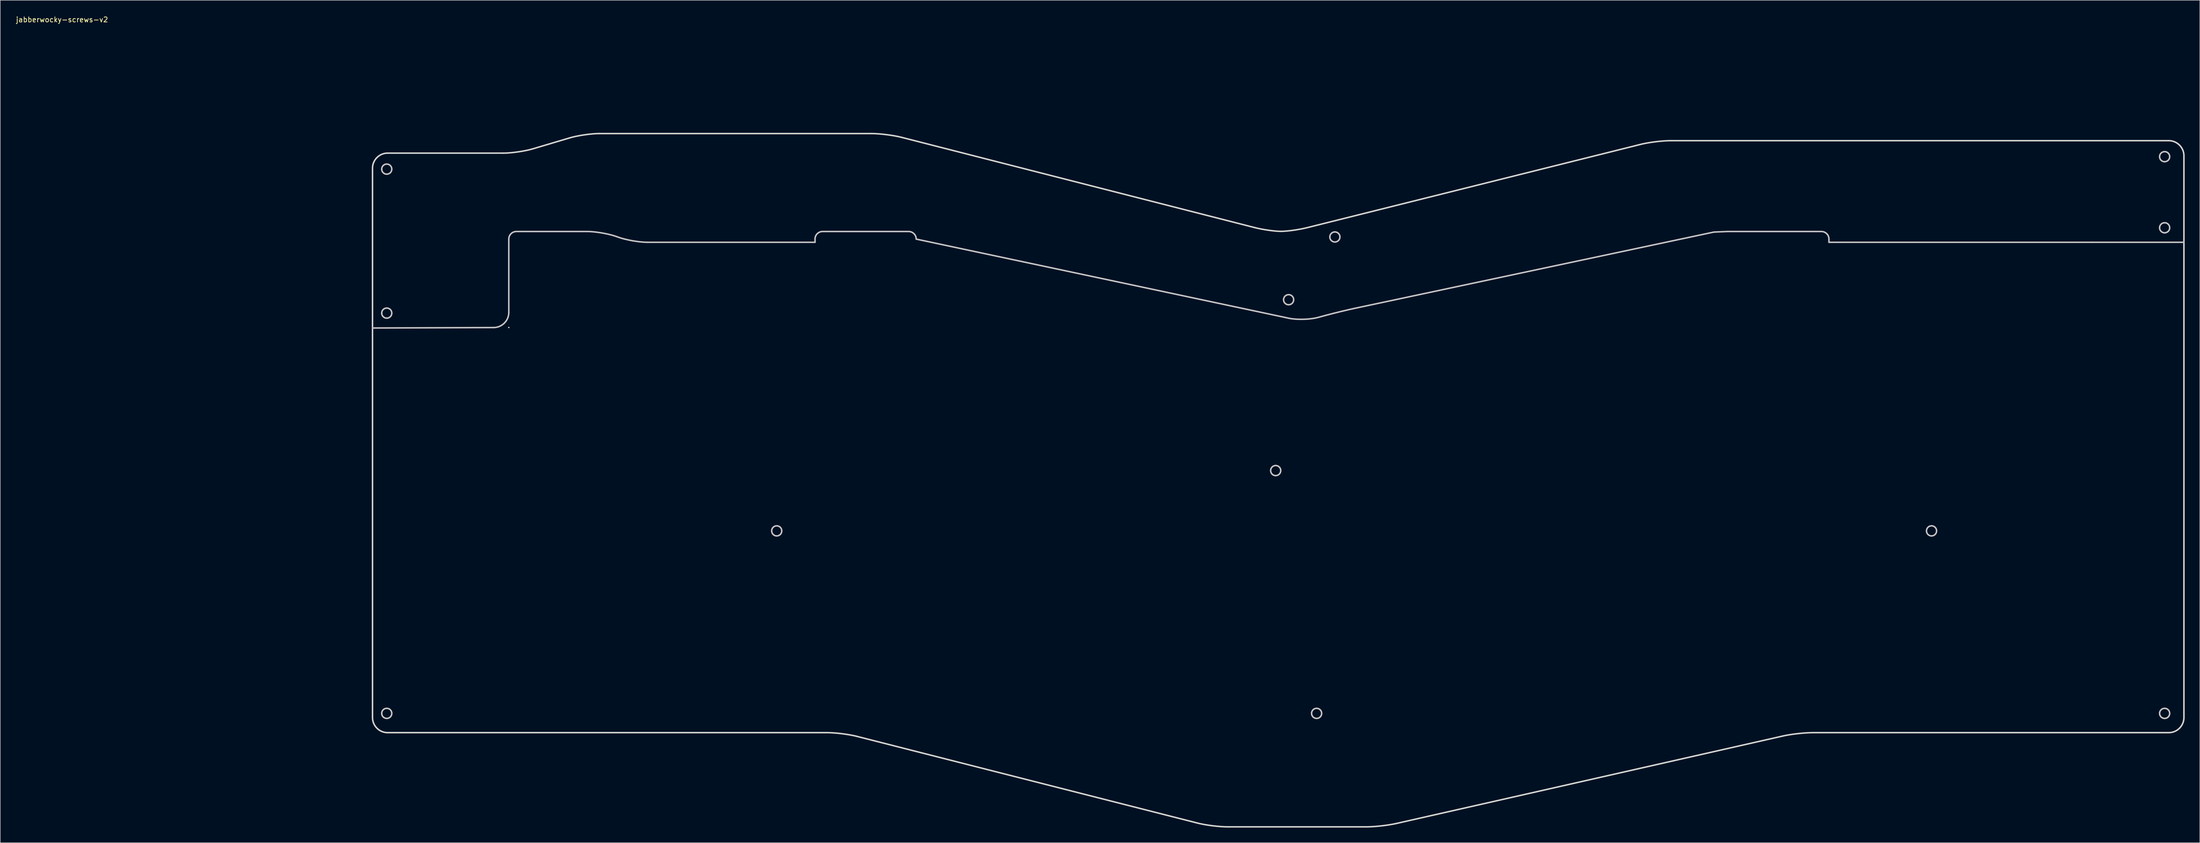
<source format=kicad_pcb>
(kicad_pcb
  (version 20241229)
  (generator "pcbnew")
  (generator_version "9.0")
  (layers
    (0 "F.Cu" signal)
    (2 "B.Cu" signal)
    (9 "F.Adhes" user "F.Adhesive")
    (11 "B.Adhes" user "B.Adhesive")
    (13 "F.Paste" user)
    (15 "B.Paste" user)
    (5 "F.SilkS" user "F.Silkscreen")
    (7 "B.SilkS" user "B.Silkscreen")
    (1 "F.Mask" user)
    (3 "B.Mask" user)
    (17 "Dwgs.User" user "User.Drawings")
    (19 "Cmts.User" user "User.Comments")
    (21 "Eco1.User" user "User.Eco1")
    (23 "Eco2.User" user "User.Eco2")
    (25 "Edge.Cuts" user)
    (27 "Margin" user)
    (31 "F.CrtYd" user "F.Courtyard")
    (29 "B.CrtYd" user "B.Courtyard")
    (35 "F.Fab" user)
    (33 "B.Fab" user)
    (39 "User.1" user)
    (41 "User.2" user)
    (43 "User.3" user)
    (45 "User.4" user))
  (footprint "jabberwocky-screws-v2"
    (layer "F.Cu")
    (at 9.244 0.348)
    (property "Reference" "jabberwocky-screws-v2" (at 0 0.5 0) (layer "F.SilkS") (effects (font (size 1 1) (thickness 0.15))))
    (attr through_hole)
    (fp_line (start 88.581 61.593) (end 88.581 61.593) (stroke (width 0.3) (type solid)) (layer "Dwgs.User"))
    (fp_line (start 149.291 44.043) (end 149.291 44.683) (stroke (width 0.3) (type solid)) (layer "Dwgs.User"))
    (fp_line (start 167.851 42.543) (end 150.791 42.543) (stroke (width 0.3) (type solid)) (layer "Dwgs.User"))
    (fp_line (start 169.351 44.051) (end 169.351 44.043) (stroke (width 0.3) (type solid)) (layer "Dwgs.User"))
    (fp_line (start 330.221 42.544) (end 327.633 42.648) (stroke (width 0.3) (type solid)) (layer "Dwgs.User"))
    (fp_line (start 348.811 42.543) (end 330.281 42.543) (stroke (width 0.3) (type solid)) (layer "Dwgs.User"))
    (fp_line (start 350.311 44.683) (end 350.311 44.043) (stroke (width 0.3) (type solid)) (layer "Dwgs.User"))
    (fp_curve (pts (xy 63.383 30.164) (xy 63.383 29.612) (xy 63.831 29.164) (xy 64.383 29.164)) (stroke (width 0.3) (type solid)) (layer "Dwgs.User"))
    (fp_curve (pts (xy 63.383 58.736) (xy 63.383 58.184) (xy 63.831 57.736) (xy 64.383 57.736)) (stroke (width 0.3) (type solid)) (layer "Dwgs.User"))
    (fp_curve (pts (xy 63.383 138.169) (xy 63.383 137.617) (xy 63.831 137.169) (xy 64.383 137.169)) (stroke (width 0.3) (type solid)) (layer "Dwgs.User"))
    (fp_curve (pts (xy 64.383 29.164) (xy 64.935 29.164) (xy 65.383 29.612) (xy 65.383 30.164)) (stroke (width 0.3) (type solid)) (layer "Dwgs.User"))
    (fp_curve (pts (xy 64.383 31.164) (xy 63.831 31.164) (xy 63.383 30.716) (xy 63.383 30.164)) (stroke (width 0.3) (type solid)) (layer "Dwgs.User"))
    (fp_curve (pts (xy 64.383 57.736) (xy 64.935 57.736) (xy 65.383 58.184) (xy 65.383 58.736)) (stroke (width 0.3) (type solid)) (layer "Dwgs.User"))
    (fp_curve (pts (xy 64.383 59.736) (xy 63.831 59.736) (xy 63.383 59.288) (xy 63.383 58.736)) (stroke (width 0.3) (type solid)) (layer "Dwgs.User"))
    (fp_curve (pts (xy 64.383 137.169) (xy 64.935 137.169) (xy 65.383 137.617) (xy 65.383 138.169)) (stroke (width 0.3) (type solid)) (layer "Dwgs.User"))
    (fp_curve (pts (xy 64.383 139.169) (xy 63.831 139.169) (xy 63.383 138.721) (xy 63.383 138.169)) (stroke (width 0.3) (type solid)) (layer "Dwgs.User"))
    (fp_curve (pts (xy 65.383 30.164) (xy 65.383 30.716) (xy 64.935 31.164) (xy 64.383 31.164)) (stroke (width 0.3) (type solid)) (layer "Dwgs.User"))
    (fp_curve (pts (xy 65.383 58.736) (xy 65.383 59.288) (xy 64.935 59.736) (xy 64.383 59.736)) (stroke (width 0.3) (type solid)) (layer "Dwgs.User"))
    (fp_curve (pts (xy 65.383 138.169) (xy 65.383 138.721) (xy 64.935 139.169) (xy 64.383 139.169)) (stroke (width 0.3) (type solid)) (layer "Dwgs.User"))
    (fp_curve (pts (xy 85.581 61.604) (xy 85.581 61.604) (xy 61.56 61.694) (xy 61.56 61.694)) (stroke (width 0.3) (type solid)) (layer "Dwgs.User"))
    (fp_curve (pts (xy 88.581 44.043) (xy 88.581 44.043) (xy 88.581 58.593) (xy 88.581 58.593)) (stroke (width 0.3) (type solid)) (layer "Dwgs.User"))
    (fp_curve (pts (xy 88.581 58.593) (xy 88.581 60.243) (xy 87.231 61.598) (xy 85.581 61.604)) (stroke (width 0.3) (type solid)) (layer "Dwgs.User"))
    (fp_curve (pts (xy 90.081 42.543) (xy 89.252 42.543) (xy 88.581 43.214) (xy 88.581 44.043)) (stroke (width 0.3) (type solid)) (layer "Dwgs.User"))
    (fp_curve (pts (xy 104.141 42.543) (xy 104.141 42.543) (xy 90.081 42.543) (xy 90.081 42.543)) (stroke (width 0.3) (type solid)) (layer "Dwgs.User"))
    (fp_curve (pts (xy 109.964 43.557) (xy 108.411 42.999) (xy 105.791 42.543) (xy 104.141 42.543)) (stroke (width 0.3) (type solid)) (layer "Dwgs.User"))
    (fp_curve (pts (xy 110.277 43.669) (xy 110.277 43.669) (xy 109.964 43.557) (xy 109.964 43.557)) (stroke (width 0.3) (type solid)) (layer "Dwgs.User"))
    (fp_curve (pts (xy 116.101 44.683) (xy 114.451 44.683) (xy 111.83 44.227) (xy 110.277 43.669)) (stroke (width 0.3) (type solid)) (layer "Dwgs.User"))
    (fp_curve (pts (xy 140.697 101.953) (xy 140.697 101.4) (xy 141.145 100.953) (xy 141.697 100.953)) (stroke (width 0.3) (type solid)) (layer "Dwgs.User"))
    (fp_curve (pts (xy 141.697 100.953) (xy 142.25 100.953) (xy 142.697 101.4) (xy 142.697 101.953)) (stroke (width 0.3) (type solid)) (layer "Dwgs.User"))
    (fp_curve (pts (xy 141.697 102.953) (xy 141.145 102.953) (xy 140.697 102.505) (xy 140.697 101.953)) (stroke (width 0.3) (type solid)) (layer "Dwgs.User"))
    (fp_curve (pts (xy 142.697 101.953) (xy 142.697 102.505) (xy 142.25 102.953) (xy 141.697 102.953)) (stroke (width 0.3) (type solid)) (layer "Dwgs.User"))
    (fp_curve (pts (xy 149.291 44.683) (xy 149.291 44.683) (xy 116.101 44.683) (xy 116.101 44.683)) (stroke (width 0.3) (type solid)) (layer "Dwgs.User"))
    (fp_curve (pts (xy 150.791 42.543) (xy 149.962 42.543) (xy 149.291 43.214) (xy 149.291 44.043)) (stroke (width 0.3) (type solid)) (layer "Dwgs.User"))
    (fp_curve (pts (xy 169.351 44.043) (xy 169.351 43.214) (xy 168.679 42.543) (xy 167.851 42.543)) (stroke (width 0.3) (type solid)) (layer "Dwgs.User"))
    (fp_curve (pts (xy 239.624 89.986) (xy 239.624 89.434) (xy 240.071 88.986) (xy 240.624 88.986)) (stroke (width 0.3) (type solid)) (layer "Dwgs.User"))
    (fp_curve (pts (xy 240.624 88.986) (xy 241.176 88.986) (xy 241.623 89.434) (xy 241.623 89.986)) (stroke (width 0.3) (type solid)) (layer "Dwgs.User"))
    (fp_curve (pts (xy 240.624 90.986) (xy 240.071 90.986) (xy 239.624 90.538) (xy 239.624 89.986)) (stroke (width 0.3) (type solid)) (layer "Dwgs.User"))
    (fp_curve (pts (xy 241.623 89.986) (xy 241.623 90.538) (xy 241.176 90.986) (xy 240.624 90.986)) (stroke (width 0.3) (type solid)) (layer "Dwgs.User"))
    (fp_curve (pts (xy 242.186 56.078) (xy 242.186 55.526) (xy 242.633 55.078) (xy 243.186 55.078)) (stroke (width 0.3) (type solid)) (layer "Dwgs.User"))
    (fp_curve (pts (xy 243.186 55.078) (xy 243.738 55.078) (xy 244.186 55.526) (xy 244.186 56.078)) (stroke (width 0.3) (type solid)) (layer "Dwgs.User"))
    (fp_curve (pts (xy 243.186 57.078) (xy 242.633 57.078) (xy 242.186 56.631) (xy 242.186 56.078)) (stroke (width 0.3) (type solid)) (layer "Dwgs.User"))
    (fp_curve (pts (xy 243.215 59.752) (xy 243.215 59.752) (xy 169.351 44.051) (xy 169.351 44.051)) (stroke (width 0.3) (type solid)) (layer "Dwgs.User"))
    (fp_curve (pts (xy 244.186 56.078) (xy 244.186 56.631) (xy 243.738 57.078) (xy 243.186 57.078)) (stroke (width 0.3) (type solid)) (layer "Dwgs.User"))
    (fp_curve (pts (xy 247.737 138.169) (xy 247.737 137.617) (xy 248.185 137.169) (xy 248.737 137.169)) (stroke (width 0.3) (type solid)) (layer "Dwgs.User"))
    (fp_curve (pts (xy 248.737 137.169) (xy 249.29 137.169) (xy 249.737 137.617) (xy 249.737 138.169)) (stroke (width 0.3) (type solid)) (layer "Dwgs.User"))
    (fp_curve (pts (xy 248.737 139.169) (xy 248.185 139.169) (xy 247.737 138.721) (xy 247.737 138.169)) (stroke (width 0.3) (type solid)) (layer "Dwgs.User"))
    (fp_curve (pts (xy 249.045 59.589) (xy 247.452 60.022) (xy 244.829 60.095) (xy 243.215 59.752)) (stroke (width 0.3) (type solid)) (layer "Dwgs.User"))
    (fp_curve (pts (xy 249.737 138.169) (xy 249.737 138.721) (xy 249.29 139.169) (xy 248.737 139.169)) (stroke (width 0.3) (type solid)) (layer "Dwgs.User"))
    (fp_curve (pts (xy 250.546 59.182) (xy 250.546 59.182) (xy 249.045 59.589) (xy 249.045 59.589)) (stroke (width 0.3) (type solid)) (layer "Dwgs.User"))
    (fp_curve (pts (xy 251.358 43.628) (xy 251.358 43.075) (xy 251.806 42.628) (xy 252.358 42.628)) (stroke (width 0.3) (type solid)) (layer "Dwgs.User"))
    (fp_curve (pts (xy 252.358 42.628) (xy 252.91 42.628) (xy 253.358 43.075) (xy 253.358 43.628)) (stroke (width 0.3) (type solid)) (layer "Dwgs.User"))
    (fp_curve (pts (xy 252.358 44.628) (xy 251.806 44.628) (xy 251.358 44.18) (xy 251.358 43.628)) (stroke (width 0.3) (type solid)) (layer "Dwgs.User"))
    (fp_curve (pts (xy 253.358 43.628) (xy 253.358 44.18) (xy 252.91 44.628) (xy 252.358 44.628)) (stroke (width 0.3) (type solid)) (layer "Dwgs.User"))
    (fp_curve (pts (xy 256.376 57.772) (xy 254.762 58.115) (xy 252.139 58.749) (xy 250.546 59.182)) (stroke (width 0.3) (type solid)) (layer "Dwgs.User"))
    (fp_curve (pts (xy 327.381 42.679) (xy 327.381 42.679) (xy 256.376 57.772) (xy 256.376 57.772)) (stroke (width 0.3) (type solid)) (layer "Dwgs.User"))
    (fp_curve (pts (xy 327.633 42.648) (xy 327.548 42.651) (xy 327.464 42.662) (xy 327.381 42.679)) (stroke (width 0.3) (type solid)) (layer "Dwgs.User"))
    (fp_curve (pts (xy 330.281 42.543) (xy 330.261 42.543) (xy 330.241 42.543) (xy 330.221 42.544)) (stroke (width 0.3) (type solid)) (layer "Dwgs.User"))
    (fp_curve (pts (xy 350.311 44.043) (xy 350.311 43.214) (xy 349.639 42.543) (xy 348.811 42.543)) (stroke (width 0.3) (type solid)) (layer "Dwgs.User"))
    (fp_curve (pts (xy 369.65 101.953) (xy 369.65 101.4) (xy 370.098 100.953) (xy 370.65 100.953)) (stroke (width 0.3) (type solid)) (layer "Dwgs.User"))
    (fp_curve (pts (xy 370.65 100.953) (xy 371.202 100.953) (xy 371.65 101.4) (xy 371.65 101.953)) (stroke (width 0.3) (type solid)) (layer "Dwgs.User"))
    (fp_curve (pts (xy 370.65 102.953) (xy 370.098 102.953) (xy 369.65 102.505) (xy 369.65 101.953)) (stroke (width 0.3) (type solid)) (layer "Dwgs.User"))
    (fp_curve (pts (xy 371.65 101.953) (xy 371.65 102.505) (xy 371.202 102.953) (xy 370.65 102.953)) (stroke (width 0.3) (type solid)) (layer "Dwgs.User"))
    (fp_curve (pts (xy 402.541 44.683) (xy 402.541 44.683) (xy 350.311 44.683) (xy 350.311 44.683)) (stroke (width 0.3) (type solid)) (layer "Dwgs.User"))
    (fp_curve (pts (xy 408.541 44.683) (xy 406.891 44.683) (xy 404.191 44.683) (xy 402.541 44.683)) (stroke (width 0.3) (type solid)) (layer "Dwgs.User"))
    (fp_curve (pts (xy 415.864 27.694) (xy 415.864 27.142) (xy 416.312 26.694) (xy 416.864 26.694)) (stroke (width 0.3) (type solid)) (layer "Dwgs.User"))
    (fp_curve (pts (xy 415.864 41.803) (xy 415.864 41.251) (xy 416.312 40.803) (xy 416.864 40.803)) (stroke (width 0.3) (type solid)) (layer "Dwgs.User"))
    (fp_curve (pts (xy 415.864 138.169) (xy 415.864 137.617) (xy 416.312 137.169) (xy 416.864 137.169)) (stroke (width 0.3) (type solid)) (layer "Dwgs.User"))
    (fp_curve (pts (xy 416.864 26.694) (xy 417.416 26.694) (xy 417.864 27.142) (xy 417.864 27.694)) (stroke (width 0.3) (type solid)) (layer "Dwgs.User"))
    (fp_curve (pts (xy 416.864 28.694) (xy 416.312 28.694) (xy 415.864 28.246) (xy 415.864 27.694)) (stroke (width 0.3) (type solid)) (layer "Dwgs.User"))
    (fp_curve (pts (xy 416.864 40.803) (xy 417.416 40.803) (xy 417.864 41.251) (xy 417.864 41.803)) (stroke (width 0.3) (type solid)) (layer "Dwgs.User"))
    (fp_curve (pts (xy 416.864 42.803) (xy 416.312 42.803) (xy 415.864 42.355) (xy 415.864 41.803)) (stroke (width 0.3) (type solid)) (layer "Dwgs.User"))
    (fp_curve (pts (xy 416.864 137.169) (xy 417.416 137.169) (xy 417.864 137.617) (xy 417.864 138.169)) (stroke (width 0.3) (type solid)) (layer "Dwgs.User"))
    (fp_curve (pts (xy 416.864 139.169) (xy 416.312 139.169) (xy 415.864 138.721) (xy 415.864 138.169)) (stroke (width 0.3) (type solid)) (layer "Dwgs.User"))
    (fp_curve (pts (xy 417.864 138.169) (xy 417.864 138.721) (xy 417.416 139.169) (xy 416.864 139.169)) (stroke (width 0.3) (type solid)) (layer "Dwgs.User"))
    (fp_curve (pts (xy 417.864 27.694) (xy 417.864 28.246) (xy 417.416 28.694) (xy 416.864 28.694)) (stroke (width 0.3) (type solid)) (layer "Dwgs.User"))
    (fp_curve (pts (xy 417.864 41.803) (xy 417.864 42.355) (xy 417.416 42.803) (xy 416.864 42.803)) (stroke (width 0.3) (type solid)) (layer "Dwgs.User"))
    (fp_curve (pts (xy 420.688 44.683) (xy 420.688 44.683) (xy 408.541 44.683) (xy 408.541 44.683)) (stroke (width 0.3) (type solid)) (layer "Dwgs.User"))
    (fp_curve (pts (xy 61.56 29.987) (xy 61.56 28.337) (xy 62.91 26.987) (xy 64.56 26.987)) (stroke (width 0.3) (type solid)) (layer "Edge.Cuts"))
    (fp_curve (pts (xy 61.56 138.993) (xy 61.56 138.993) (xy 61.56 29.987) (xy 61.56 29.987)) (stroke (width 0.3) (type solid)) (layer "Edge.Cuts"))
    (fp_curve (pts (xy 64.56 26.987) (xy 64.56 26.987) (xy 87.487 26.987) (xy 87.487 26.987)) (stroke (width 0.3) (type solid)) (layer "Edge.Cuts"))
    (fp_curve (pts (xy 64.56 141.993) (xy 62.91 141.993) (xy 61.56 140.643) (xy 61.56 138.993)) (stroke (width 0.3) (type solid)) (layer "Edge.Cuts"))
    (fp_curve (pts (xy 87.487 26.987) (xy 89.138 26.987) (xy 91.782 26.603) (xy 93.363 26.133)) (stroke (width 0.3) (type solid)) (layer "Edge.Cuts"))
    (fp_curve (pts (xy 93.363 26.133) (xy 93.363 26.133) (xy 100.665 23.962) (xy 100.665 23.962)) (stroke (width 0.3) (type solid)) (layer "Edge.Cuts"))
    (fp_curve (pts (xy 100.665 23.962) (xy 102.246 23.492) (xy 104.89 23.107) (xy 106.54 23.107)) (stroke (width 0.3) (type solid)) (layer "Edge.Cuts"))
    (fp_curve (pts (xy 106.54 23.107) (xy 106.54 23.107) (xy 160.512 23.107) (xy 160.512 23.107)) (stroke (width 0.3) (type solid)) (layer "Edge.Cuts"))
    (fp_curve (pts (xy 151.693 141.993) (xy 151.693 141.993) (xy 64.56 141.993) (xy 64.56 141.993)) (stroke (width 0.3) (type solid)) (layer "Edge.Cuts"))
    (fp_curve (pts (xy 157.6 142.734) (xy 156.001 142.326) (xy 153.343 141.993) (xy 151.693 141.993)) (stroke (width 0.3) (type solid)) (layer "Edge.Cuts"))
    (fp_curve (pts (xy 160.512 23.107) (xy 162.162 23.107) (xy 164.82 23.442) (xy 166.419 23.85)) (stroke (width 0.3) (type solid)) (layer "Edge.Cuts"))
    (fp_curve (pts (xy 166.419 23.85) (xy 166.419 23.85) (xy 236.453 41.766) (xy 236.453 41.766)) (stroke (width 0.3) (type solid)) (layer "Edge.Cuts"))
    (fp_curve (pts (xy 225.164 159.95) (xy 225.164 159.95) (xy 157.6 142.734) (xy 157.6 142.734)) (stroke (width 0.3) (type solid)) (layer "Edge.Cuts"))
    (fp_curve (pts (xy 231.071 160.69) (xy 229.421 160.69) (xy 226.763 160.357) (xy 225.164 159.95)) (stroke (width 0.3) (type solid)) (layer "Edge.Cuts"))
    (fp_curve (pts (xy 236.453 41.766) (xy 238.052 42.175) (xy 240.392 42.51) (xy 241.653 42.51)) (stroke (width 0.3) (type solid)) (layer "Edge.Cuts"))
    (fp_curve (pts (xy 241.653 42.51) (xy 242.914 42.51) (xy 245.256 42.182) (xy 246.856 41.782)) (stroke (width 0.3) (type solid)) (layer "Edge.Cuts"))
    (fp_curve (pts (xy 246.856 41.782) (xy 246.856 41.782) (xy 313.002 25.246) (xy 313.002 25.246)) (stroke (width 0.3) (type solid)) (layer "Edge.Cuts"))
    (fp_curve (pts (xy 258.585 160.69) (xy 258.585 160.69) (xy 231.071 160.69) (xy 231.071 160.69)) (stroke (width 0.3) (type solid)) (layer "Edge.Cuts"))
    (fp_curve (pts (xy 264.511 160.028) (xy 262.901 160.392) (xy 260.235 160.69) (xy 258.585 160.69)) (stroke (width 0.3) (type solid)) (layer "Edge.Cuts"))
    (fp_curve (pts (xy 313.002 25.246) (xy 314.603 24.845) (xy 317.262 24.518) (xy 318.912 24.518)) (stroke (width 0.3) (type solid)) (layer "Edge.Cuts"))
    (fp_curve (pts (xy 318.912 24.518) (xy 318.912 24.518) (xy 417.688 24.518) (xy 417.688 24.518)) (stroke (width 0.3) (type solid)) (layer "Edge.Cuts"))
    (fp_curve (pts (xy 341.209 142.656) (xy 341.209 142.656) (xy 264.511 160.028) (xy 264.511 160.028)) (stroke (width 0.3) (type solid)) (layer "Edge.Cuts"))
    (fp_curve (pts (xy 347.135 141.993) (xy 345.485 141.993) (xy 342.818 142.291) (xy 341.209 142.656)) (stroke (width 0.3) (type solid)) (layer "Edge.Cuts"))
    (fp_curve (pts (xy 417.688 24.518) (xy 419.337 24.518) (xy 420.688 25.868) (xy 420.688 27.518)) (stroke (width 0.3) (type solid)) (layer "Edge.Cuts"))
    (fp_curve (pts (xy 417.688 141.993) (xy 417.688 141.993) (xy 347.135 141.993) (xy 347.135 141.993)) (stroke (width 0.3) (type solid)) (layer "Edge.Cuts"))
    (fp_curve (pts (xy 420.688 27.518) (xy 420.688 27.518) (xy 420.688 138.993) (xy 420.688 138.993)) (stroke (width 0.3) (type solid)) (layer "Edge.Cuts"))
    (fp_curve (pts (xy 420.688 138.993) (xy 420.688 140.643) (xy 419.337 141.993) (xy 417.688 141.993)) (stroke (width 0.3) (type solid)) (layer "Edge.Cuts")))
  (gr_rect
    (start -3 -3)
    (end 433.082 164.189)
    (stroke (width 0.1) (type default))
    (fill no)
    (layer "Edge.Cuts")))
</source>
